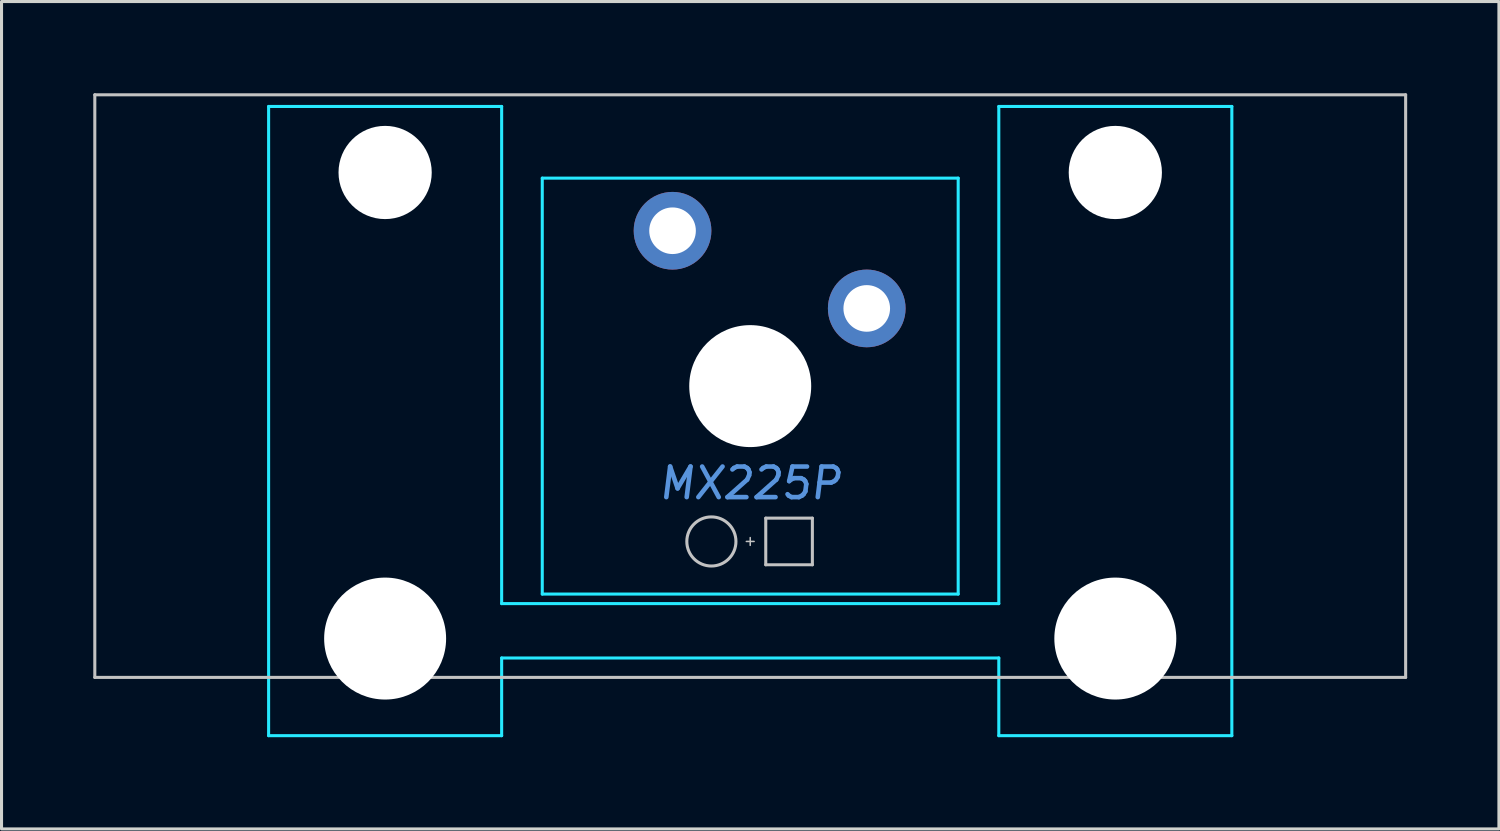
<source format=kicad_pcb>
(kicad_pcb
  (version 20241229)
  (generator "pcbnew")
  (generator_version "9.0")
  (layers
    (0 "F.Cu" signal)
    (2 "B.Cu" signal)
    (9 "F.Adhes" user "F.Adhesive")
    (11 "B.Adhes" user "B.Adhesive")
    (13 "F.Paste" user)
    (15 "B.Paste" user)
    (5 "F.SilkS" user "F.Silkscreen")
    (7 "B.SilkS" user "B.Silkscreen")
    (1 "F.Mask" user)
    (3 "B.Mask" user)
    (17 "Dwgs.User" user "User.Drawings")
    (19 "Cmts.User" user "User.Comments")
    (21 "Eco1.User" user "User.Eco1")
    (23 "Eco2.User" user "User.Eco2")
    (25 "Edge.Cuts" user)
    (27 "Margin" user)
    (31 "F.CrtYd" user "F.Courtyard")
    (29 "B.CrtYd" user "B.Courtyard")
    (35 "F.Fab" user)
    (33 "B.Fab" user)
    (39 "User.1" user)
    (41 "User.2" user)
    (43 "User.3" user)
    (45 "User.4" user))
  (footprint "MX225P"
    (layer "F.Cu")
    (at 21.481 9.575)
    (property "Reference" "MX225P" (at 0 3.175 0) (layer "Cmts.User") (effects (font (size 1 1) (thickness 0.15) (italic yes))))
    (attr through_hole)
    (fp_line (start -21.431 -9.525) (end -21.431 9.525) (stroke (width 0.1) (type solid)) (layer "Dwgs.User"))
    (fp_line (start -21.431 -9.525) (end 21.431 -9.525) (stroke (width 0.1) (type solid)) (layer "Dwgs.User"))
    (fp_line (start -21.431 9.525) (end 21.431 9.525) (stroke (width 0.1) (type solid)) (layer "Dwgs.User"))
    (fp_line (start -0.127 5.08) (end 0.127 5.08) (stroke (width 0.05) (type solid)) (layer "Dwgs.User"))
    (fp_line (start 0 5.207) (end 0 4.953) (stroke (width 0.05) (type solid)) (layer "Dwgs.User"))
    (fp_line (start 0.508 4.318) (end 0.508 5.842) (stroke (width 0.1) (type solid)) (layer "Dwgs.User"))
    (fp_line (start 0.508 4.318) (end 2.032 4.318) (stroke (width 0.1) (type solid)) (layer "Dwgs.User"))
    (fp_line (start 0.508 5.842) (end 2.032 5.842) (stroke (width 0.1) (type solid)) (layer "Dwgs.User"))
    (fp_line (start 2.032 5.842) (end 2.032 4.318) (stroke (width 0.1) (type solid)) (layer "Dwgs.User"))
    (fp_line (start 21.431 -9.525) (end 21.431 9.525) (stroke (width 0.1) (type solid)) (layer "Dwgs.User"))
    (fp_circle (center -1.27 5.08) (end -0.467 5.08) (stroke (width 0.1) (type solid)) (fill no) (layer "Dwgs.User"))
    (fp_line (start -17.17 -0.889) (end -17.17 -2.921) (stroke (width 0.1) (type solid)) (layer "Eco1.User"))
    (fp_line (start -16.789 -3.302) (end -16.535 -3.302) (stroke (width 0.1) (type solid)) (layer "Eco1.User"))
    (fp_line (start -16.535 -0.508) (end -16.789 -0.508) (stroke (width 0.1) (type solid)) (layer "Eco1.User"))
    (fp_line (start -16.154 -3.683) (end -16.154 -5.309) (stroke (width 0.1) (type solid)) (layer "Eco1.User"))
    (fp_line (start -16.154 6.223) (end -16.154 -0.127) (stroke (width 0.1) (type solid)) (layer "Eco1.User"))
    (fp_line (start -15.773 -5.69) (end -9.881 -5.69) (stroke (width 0.1) (type solid)) (layer "Eco1.User"))
    (fp_line (start -14.732 6.604) (end -15.773 6.604) (stroke (width 0.1) (type solid)) (layer "Eco1.User"))
    (fp_line (start -14.351 7.391) (end -14.351 6.985) (stroke (width 0.1) (type solid)) (layer "Eco1.User"))
    (fp_line (start -11.684 7.772) (end -13.97 7.772) (stroke (width 0.1) (type solid)) (layer "Eco1.User"))
    (fp_line (start -11.303 6.985) (end -11.303 7.391) (stroke (width 0.1) (type solid)) (layer "Eco1.User"))
    (fp_line (start -9.881 6.604) (end -10.922 6.604) (stroke (width 0.1) (type solid)) (layer "Eco1.User"))
    (fp_line (start -9.5 -5.309) (end -9.5 -5.258) (stroke (width 0.1) (type solid)) (layer "Eco1.User"))
    (fp_line (start -9.5 6.198) (end -9.5 6.223) (stroke (width 0.1) (type solid)) (layer "Eco1.User"))
    (fp_line (start -9.119 -4.877) (end -7.366 -4.877) (stroke (width 0.1) (type solid)) (layer "Eco1.User"))
    (fp_line (start -7.366 5.817) (end -9.119 5.817) (stroke (width 0.1) (type solid)) (layer "Eco1.User"))
    (fp_line (start -6.985 -5.258) (end -6.985 -6.604) (stroke (width 0.1) (type solid)) (layer "Eco1.User"))
    (fp_line (start -6.985 6.604) (end -6.985 6.197) (stroke (width 0.1) (type solid)) (layer "Eco1.User"))
    (fp_line (start -6.604 -6.985) (end 6.604 -6.985) (stroke (width 0.1) (type solid)) (layer "Eco1.User"))
    (fp_line (start 0 -2.159) (end 0 2.159) (stroke (width 0.1) (type solid)) (layer "Eco1.User"))
    (fp_line (start 2.159 0) (end -2.159 0) (stroke (width 0.1) (type solid)) (layer "Eco1.User"))
    (fp_line (start 6.604 6.985) (end -6.604 6.985) (stroke (width 0.1) (type solid)) (layer "Eco1.User"))
    (fp_line (start 6.985 -5.258) (end 6.985 -6.604) (stroke (width 0.1) (type solid)) (layer "Eco1.User"))
    (fp_line (start 6.985 6.604) (end 6.985 6.197) (stroke (width 0.1) (type solid)) (layer "Eco1.User"))
    (fp_line (start 7.366 5.817) (end 9.119 5.817) (stroke (width 0.1) (type solid)) (layer "Eco1.User"))
    (fp_line (start 9.119 -4.877) (end 7.366 -4.877) (stroke (width 0.1) (type solid)) (layer "Eco1.User"))
    (fp_line (start 9.5 -5.309) (end 9.5 -5.258) (stroke (width 0.1) (type solid)) (layer "Eco1.User"))
    (fp_line (start 9.5 6.198) (end 9.5 6.223) (stroke (width 0.1) (type solid)) (layer "Eco1.User"))
    (fp_line (start 9.881 6.604) (end 10.922 6.604) (stroke (width 0.1) (type solid)) (layer "Eco1.User"))
    (fp_line (start 11.303 6.985) (end 11.303 7.391) (stroke (width 0.1) (type solid)) (layer "Eco1.User"))
    (fp_line (start 11.684 7.772) (end 13.97 7.772) (stroke (width 0.1) (type solid)) (layer "Eco1.User"))
    (fp_line (start 14.351 7.391) (end 14.351 6.985) (stroke (width 0.1) (type solid)) (layer "Eco1.User"))
    (fp_line (start 14.732 6.604) (end 15.773 6.604) (stroke (width 0.1) (type solid)) (layer "Eco1.User"))
    (fp_line (start 15.773 -5.69) (end 9.881 -5.69) (stroke (width 0.1) (type solid)) (layer "Eco1.User"))
    (fp_line (start 16.154 -3.683) (end 16.154 -5.309) (stroke (width 0.1) (type solid)) (layer "Eco1.User"))
    (fp_line (start 16.154 6.223) (end 16.154 -0.127) (stroke (width 0.1) (type solid)) (layer "Eco1.User"))
    (fp_line (start 16.535 -0.508) (end 16.789 -0.508) (stroke (width 0.1) (type solid)) (layer "Eco1.User"))
    (fp_line (start 16.789 -3.302) (end 16.535 -3.302) (stroke (width 0.1) (type solid)) (layer "Eco1.User"))
    (fp_line (start 17.17 -0.889) (end 17.17 -2.921) (stroke (width 0.1) (type solid)) (layer "Eco1.User"))
    (fp_arc (start -17.1704 -2.921) (mid -17.058808 -3.190408) (end -16.7894 -3.302) (stroke (width 0.1) (type solid)) (layer "Eco1.User"))
    (fp_arc (start -16.7894 -0.508) (mid -17.058808 -0.619592) (end -17.1704 -0.889) (stroke (width 0.1) (type solid)) (layer "Eco1.User"))
    (fp_arc (start -16.5354 -0.508) (mid -16.265992 -0.396408) (end -16.1544 -0.127) (stroke (width 0.1) (type solid)) (layer "Eco1.User"))
    (fp_arc (start -16.1544 -5.3086) (mid -16.042808 -5.578008) (end -15.7734 -5.6896) (stroke (width 0.1) (type solid)) (layer "Eco1.User"))
    (fp_arc (start -16.1544 -3.683) (mid -16.265992 -3.413592) (end -16.5354 -3.302) (stroke (width 0.1) (type solid)) (layer "Eco1.User"))
    (fp_arc (start -15.7734 6.604) (mid -16.042808 6.492408) (end -16.1544 6.223) (stroke (width 0.1) (type solid)) (layer "Eco1.User"))
    (fp_arc (start -14.732 6.604) (mid -14.462592 6.715592) (end -14.351 6.985) (stroke (width 0.1) (type solid)) (layer "Eco1.User"))
    (fp_arc (start -13.97 7.7724) (mid -14.239408 7.660808) (end -14.351 7.3914) (stroke (width 0.1) (type solid)) (layer "Eco1.User"))
    (fp_arc (start -11.303 6.985) (mid -11.191408 6.715592) (end -10.922 6.604) (stroke (width 0.1) (type solid)) (layer "Eco1.User"))
    (fp_arc (start -11.303 7.3914) (mid -11.414592 7.660808) (end -11.684 7.7724) (stroke (width 0.1) (type solid)) (layer "Eco1.User"))
    (fp_arc (start -9.8806 -5.6896) (mid -9.611192 -5.578008) (end -9.4996 -5.3086) (stroke (width 0.1) (type solid)) (layer "Eco1.User"))
    (fp_arc (start -9.4996 6.1976) (mid -9.388008 5.928192) (end -9.1186 5.8166) (stroke (width 0.1) (type solid)) (layer "Eco1.User"))
    (fp_arc (start -9.4996 6.223) (mid -9.611192 6.492408) (end -9.8806 6.604) (stroke (width 0.1) (type solid)) (layer "Eco1.User"))
    (fp_arc (start -9.1186 -4.8768) (mid -9.388008 -4.988392) (end -9.4996 -5.2578) (stroke (width 0.1) (type solid)) (layer "Eco1.User"))
    (fp_arc (start -7.366 5.8166) (mid -7.096592 5.928192) (end -6.985 6.1976) (stroke (width 0.1) (type solid)) (layer "Eco1.User"))
    (fp_arc (start -6.985 -6.604) (mid -6.873408 -6.873408) (end -6.604 -6.985) (stroke (width 0.1) (type solid)) (layer "Eco1.User"))
    (fp_arc (start -6.985 -5.2578) (mid -7.096592 -4.988392) (end -7.366 -4.8768) (stroke (width 0.1) (type solid)) (layer "Eco1.User"))
    (fp_arc (start -6.604 6.985) (mid -6.873408 6.873408) (end -6.985 6.604) (stroke (width 0.1) (type solid)) (layer "Eco1.User"))
    (fp_arc (start 6.604 -6.985) (mid 6.873408 -6.873408) (end 6.985 -6.604) (stroke (width 0.1) (type solid)) (layer "Eco1.User"))
    (fp_arc (start 6.985 6.1976) (mid 7.096592 5.928192) (end 7.366 5.8166) (stroke (width 0.1) (type solid)) (layer "Eco1.User"))
    (fp_arc (start 6.985 6.604) (mid 6.873408 6.873408) (end 6.604 6.985) (stroke (width 0.1) (type solid)) (layer "Eco1.User"))
    (fp_arc (start 7.366 -4.8768) (mid 7.096592 -4.988392) (end 6.985 -5.2578) (stroke (width 0.1) (type solid)) (layer "Eco1.User"))
    (fp_arc (start 9.1186 5.8166) (mid 9.388008 5.928192) (end 9.4996 6.1976) (stroke (width 0.1) (type solid)) (layer "Eco1.User"))
    (fp_arc (start 9.4996 -5.3086) (mid 9.611192 -5.578008) (end 9.8806 -5.6896) (stroke (width 0.1) (type solid)) (layer "Eco1.User"))
    (fp_arc (start 9.4996 -5.2578) (mid 9.388008 -4.988392) (end 9.1186 -4.8768) (stroke (width 0.1) (type solid)) (layer "Eco1.User"))
    (fp_arc (start 9.8806 6.604) (mid 9.611192 6.492408) (end 9.4996 6.223) (stroke (width 0.1) (type solid)) (layer "Eco1.User"))
    (fp_arc (start 10.922 6.604) (mid 11.191408 6.715592) (end 11.303 6.985) (stroke (width 0.1) (type solid)) (layer "Eco1.User"))
    (fp_arc (start 11.684 7.7724) (mid 11.414592 7.660808) (end 11.303 7.3914) (stroke (width 0.1) (type solid)) (layer "Eco1.User"))
    (fp_arc (start 14.351 6.985) (mid 14.462592 6.715592) (end 14.732 6.604) (stroke (width 0.1) (type solid)) (layer "Eco1.User"))
    (fp_arc (start 14.351 7.3914) (mid 14.239408 7.660808) (end 13.97 7.7724) (stroke (width 0.1) (type solid)) (layer "Eco1.User"))
    (fp_arc (start 15.7734 -5.6896) (mid 16.042808 -5.578008) (end 16.1544 -5.3086) (stroke (width 0.1) (type solid)) (layer "Eco1.User"))
    (fp_arc (start 16.1544 -0.127) (mid 16.265992 -0.396408) (end 16.5354 -0.508) (stroke (width 0.1) (type solid)) (layer "Eco1.User"))
    (fp_arc (start 16.1544 6.223) (mid 16.042808 6.492408) (end 15.7734 6.604) (stroke (width 0.1) (type solid)) (layer "Eco1.User"))
    (fp_arc (start 16.5354 -3.302) (mid 16.265992 -3.413592) (end 16.1544 -3.683) (stroke (width 0.1) (type solid)) (layer "Eco1.User"))
    (fp_arc (start 16.7894 -3.302) (mid 17.058808 -3.190408) (end 17.1704 -2.921) (stroke (width 0.1) (type solid)) (layer "Eco1.User"))
    (fp_arc (start 17.1704 -0.889) (mid 17.058808 -0.619592) (end 16.7894 -0.508) (stroke (width 0.1) (type solid)) (layer "Eco1.User"))
    (fp_circle (center 0 0) (end 1.994 0) (stroke (width 0.1) (type solid)) (fill no) (layer "Eco1.User"))
    (fp_line (start -15.748 -9.144) (end -8.128 -9.144) (stroke (width 0.1) (type solid)) (layer "B.CrtYd"))
    (fp_line (start -15.748 11.43) (end -15.748 -9.144) (stroke (width 0.1) (type solid)) (layer "B.CrtYd"))
    (fp_line (start -8.128 -9.144) (end -8.128 7.112) (stroke (width 0.1) (type solid)) (layer "B.CrtYd"))
    (fp_line (start -8.128 7.112) (end 8.128 7.112) (stroke (width 0.1) (type solid)) (layer "B.CrtYd"))
    (fp_line (start -8.128 8.89) (end 8.128 8.89) (stroke (width 0.1) (type solid)) (layer "B.CrtYd"))
    (fp_line (start -8.128 11.43) (end -15.748 11.43) (stroke (width 0.1) (type solid)) (layer "B.CrtYd"))
    (fp_line (start -8.128 11.43) (end -8.128 8.89) (stroke (width 0.1) (type solid)) (layer "B.CrtYd"))
    (fp_line (start -6.8 6.8) (end -6.8 -6.8) (stroke (width 0.1) (type solid)) (layer "B.CrtYd"))
    (fp_line (start 6.8 -6.8) (end -6.8 -6.8) (stroke (width 0.1) (type solid)) (layer "B.CrtYd"))
    (fp_line (start 6.8 6.8) (end -6.8 6.8) (stroke (width 0.1) (type solid)) (layer "B.CrtYd"))
    (fp_line (start 6.8 6.8) (end 6.8 -6.8) (stroke (width 0.1) (type solid)) (layer "B.CrtYd"))
    (fp_line (start 8.128 -9.144) (end 8.128 7.112) (stroke (width 0.1) (type solid)) (layer "B.CrtYd"))
    (fp_line (start 8.128 -9.144) (end 15.748 -9.144) (stroke (width 0.1) (type solid)) (layer "B.CrtYd"))
    (fp_line (start 8.128 11.43) (end 8.128 8.89) (stroke (width 0.1) (type solid)) (layer "B.CrtYd"))
    (fp_line (start 15.748 -9.144) (end 15.748 11.43) (stroke (width 0.1) (type solid)) (layer "B.CrtYd"))
    (fp_line (start 15.748 11.43) (end 8.128 11.43) (stroke (width 0.1) (type solid)) (layer "B.CrtYd"))
    (pad "" np_thru_hole circle (at -11.938 -6.985) (size 3.048 3.048) (drill 3.048) (layers "*.Cu" "*.Mask"))
    (pad "" np_thru_hole circle (at -11.938 8.255) (size 3.988 3.988) (drill 3.988) (layers "*.Cu" "*.Mask"))
    (pad "" np_thru_hole circle (at 0 0) (size 3.988 3.988) (drill 3.988) (layers "*.Cu" "*.Mask"))
    (pad "" np_thru_hole circle (at 11.938 -6.985) (size 3.048 3.048) (drill 3.048) (layers "*.Cu" "*.Mask"))
    (pad "" np_thru_hole circle (at 11.938 8.255) (size 3.988 3.988) (drill 3.988) (layers "*.Cu" "*.Mask"))
    (pad "1" thru_hole circle (at -2.54 -5.08) (size 2.54 2.54) (drill 1.524) (layers "*.Cu" "*.Mask"))
    (pad "2" thru_hole circle (at 3.81 -2.54) (size 2.54 2.54) (drill 1.524) (layers "*.Cu" "*.Mask")))
  (gr_rect
    (start -3 -3)
    (end 45.962 24.055)
    (stroke (width 0.1) (type default))
    (fill no)
    (layer "Edge.Cuts")))
</source>
